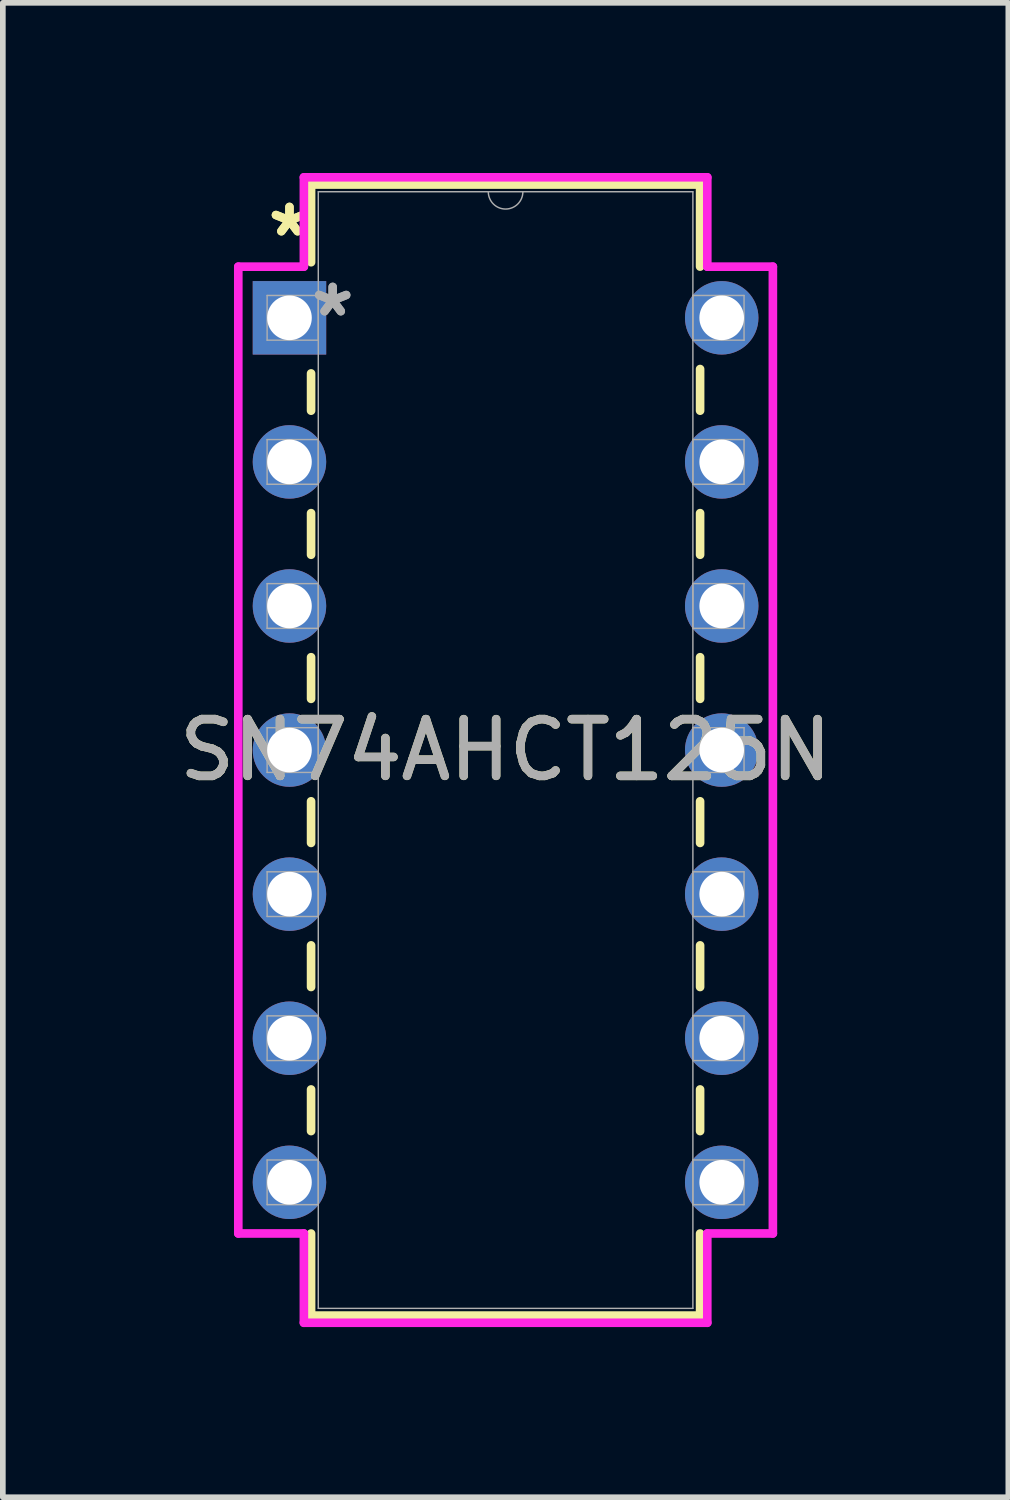
<source format=kicad_pcb>
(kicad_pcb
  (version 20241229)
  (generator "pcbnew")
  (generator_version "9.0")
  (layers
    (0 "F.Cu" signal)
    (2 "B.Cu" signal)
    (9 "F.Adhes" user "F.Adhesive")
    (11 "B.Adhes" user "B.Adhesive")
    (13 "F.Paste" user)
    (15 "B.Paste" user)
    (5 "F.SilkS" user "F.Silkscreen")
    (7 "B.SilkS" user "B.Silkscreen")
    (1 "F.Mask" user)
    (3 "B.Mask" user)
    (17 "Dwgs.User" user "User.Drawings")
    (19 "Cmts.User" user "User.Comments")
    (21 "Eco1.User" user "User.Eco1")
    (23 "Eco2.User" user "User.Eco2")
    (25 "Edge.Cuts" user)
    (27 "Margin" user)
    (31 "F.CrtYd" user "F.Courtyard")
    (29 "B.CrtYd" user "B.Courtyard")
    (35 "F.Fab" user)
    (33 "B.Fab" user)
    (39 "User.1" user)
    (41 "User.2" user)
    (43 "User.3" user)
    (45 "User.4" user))
  (footprint "SN74AHCT125N"
    (layer "F.Cu")
    (at 2.053 2.553)
    (property "Reference" "SN74AHCT125N" (at 3.81 7.62 0) (unlocked yes) (layer "F.SilkS") (effects (font (size 1 1) (thickness 0.15))))
    (attr through_hole)
    (fp_line (start 0.381 -2.349) (end 0.381 -0.98) (stroke (width 0.152) (type solid)) (layer "F.SilkS"))
    (fp_line (start 0.381 0.98) (end 0.381 1.637) (stroke (width 0.152) (type solid)) (layer "F.SilkS"))
    (fp_line (start 0.381 3.443) (end 0.381 4.177) (stroke (width 0.152) (type solid)) (layer "F.SilkS"))
    (fp_line (start 0.381 5.983) (end 0.381 6.717) (stroke (width 0.152) (type solid)) (layer "F.SilkS"))
    (fp_line (start 0.381 8.523) (end 0.381 9.257) (stroke (width 0.152) (type solid)) (layer "F.SilkS"))
    (fp_line (start 0.381 11.063) (end 0.381 11.797) (stroke (width 0.152) (type solid)) (layer "F.SilkS"))
    (fp_line (start 0.381 13.603) (end 0.381 14.337) (stroke (width 0.152) (type solid)) (layer "F.SilkS"))
    (fp_line (start 0.381 16.143) (end 0.381 17.59) (stroke (width 0.152) (type solid)) (layer "F.SilkS"))
    (fp_line (start 0.381 17.59) (end 7.239 17.59) (stroke (width 0.152) (type solid)) (layer "F.SilkS"))
    (fp_line (start 7.239 -2.349) (end 0.381 -2.349) (stroke (width 0.152) (type solid)) (layer "F.SilkS"))
    (fp_line (start 7.239 -0.903) (end 7.239 -2.349) (stroke (width 0.152) (type solid)) (layer "F.SilkS"))
    (fp_line (start 7.239 1.637) (end 7.239 0.903) (stroke (width 0.152) (type solid)) (layer "F.SilkS"))
    (fp_line (start 7.239 4.177) (end 7.239 3.443) (stroke (width 0.152) (type solid)) (layer "F.SilkS"))
    (fp_line (start 7.239 6.717) (end 7.239 5.983) (stroke (width 0.152) (type solid)) (layer "F.SilkS"))
    (fp_line (start 7.239 9.257) (end 7.239 8.523) (stroke (width 0.152) (type solid)) (layer "F.SilkS"))
    (fp_line (start 7.239 11.797) (end 7.239 11.063) (stroke (width 0.152) (type solid)) (layer "F.SilkS"))
    (fp_line (start 7.239 14.337) (end 7.239 13.603) (stroke (width 0.152) (type solid)) (layer "F.SilkS"))
    (fp_line (start 7.239 17.59) (end 7.239 16.143) (stroke (width 0.152) (type solid)) (layer "F.SilkS"))
    (fp_line (start -0.902 -0.902) (end 0.254 -0.902) (stroke (width 0.152) (type solid)) (layer "F.CrtYd"))
    (fp_line (start -0.902 16.142) (end -0.902 -0.902) (stroke (width 0.152) (type solid)) (layer "F.CrtYd"))
    (fp_line (start 0.254 -2.477) (end 7.366 -2.477) (stroke (width 0.152) (type solid)) (layer "F.CrtYd"))
    (fp_line (start 0.254 -0.902) (end 0.254 -2.477) (stroke (width 0.152) (type solid)) (layer "F.CrtYd"))
    (fp_line (start 0.254 16.142) (end -0.902 16.142) (stroke (width 0.152) (type solid)) (layer "F.CrtYd"))
    (fp_line (start 0.254 17.716) (end 0.254 16.142) (stroke (width 0.152) (type solid)) (layer "F.CrtYd"))
    (fp_line (start 7.366 -2.477) (end 7.366 -0.902) (stroke (width 0.152) (type solid)) (layer "F.CrtYd"))
    (fp_line (start 7.366 16.142) (end 7.366 17.716) (stroke (width 0.152) (type solid)) (layer "F.CrtYd"))
    (fp_line (start 7.366 17.716) (end 0.254 17.716) (stroke (width 0.152) (type solid)) (layer "F.CrtYd"))
    (fp_line (start 8.522 -0.902) (end 7.366 -0.902) (stroke (width 0.152) (type solid)) (layer "F.CrtYd"))
    (fp_line (start 8.522 -0.902) (end 8.522 16.142) (stroke (width 0.152) (type solid)) (layer "F.CrtYd"))
    (fp_line (start 8.522 16.142) (end 7.366 16.142) (stroke (width 0.152) (type solid)) (layer "F.CrtYd"))
    (fp_line (start -0.394 -0.394) (end -0.394 0.394) (stroke (width 0.025) (type solid)) (layer "F.Fab"))
    (fp_line (start -0.394 0.394) (end 0.508 0.394) (stroke (width 0.025) (type solid)) (layer "F.Fab"))
    (fp_line (start -0.394 2.146) (end -0.394 2.934) (stroke (width 0.025) (type solid)) (layer "F.Fab"))
    (fp_line (start -0.394 2.934) (end 0.508 2.934) (stroke (width 0.025) (type solid)) (layer "F.Fab"))
    (fp_line (start -0.394 4.686) (end -0.394 5.474) (stroke (width 0.025) (type solid)) (layer "F.Fab"))
    (fp_line (start -0.394 5.474) (end 0.508 5.474) (stroke (width 0.025) (type solid)) (layer "F.Fab"))
    (fp_line (start -0.394 7.226) (end -0.394 8.014) (stroke (width 0.025) (type solid)) (layer "F.Fab"))
    (fp_line (start -0.394 8.014) (end 0.508 8.014) (stroke (width 0.025) (type solid)) (layer "F.Fab"))
    (fp_line (start -0.394 9.766) (end -0.394 10.554) (stroke (width 0.025) (type solid)) (layer "F.Fab"))
    (fp_line (start -0.394 10.554) (end 0.508 10.554) (stroke (width 0.025) (type solid)) (layer "F.Fab"))
    (fp_line (start -0.394 12.306) (end -0.394 13.094) (stroke (width 0.025) (type solid)) (layer "F.Fab"))
    (fp_line (start -0.394 13.094) (end 0.508 13.094) (stroke (width 0.025) (type solid)) (layer "F.Fab"))
    (fp_line (start -0.394 14.846) (end -0.394 15.634) (stroke (width 0.025) (type solid)) (layer "F.Fab"))
    (fp_line (start -0.394 15.634) (end 0.508 15.634) (stroke (width 0.025) (type solid)) (layer "F.Fab"))
    (fp_line (start 0.508 -2.223) (end 0.508 17.462) (stroke (width 0.025) (type solid)) (layer "F.Fab"))
    (fp_line (start 0.508 -0.394) (end -0.394 -0.394) (stroke (width 0.025) (type solid)) (layer "F.Fab"))
    (fp_line (start 0.508 0.394) (end 0.508 -0.394) (stroke (width 0.025) (type solid)) (layer "F.Fab"))
    (fp_line (start 0.508 2.146) (end -0.394 2.146) (stroke (width 0.025) (type solid)) (layer "F.Fab"))
    (fp_line (start 0.508 2.934) (end 0.508 2.146) (stroke (width 0.025) (type solid)) (layer "F.Fab"))
    (fp_line (start 0.508 4.686) (end -0.394 4.686) (stroke (width 0.025) (type solid)) (layer "F.Fab"))
    (fp_line (start 0.508 5.474) (end 0.508 4.686) (stroke (width 0.025) (type solid)) (layer "F.Fab"))
    (fp_line (start 0.508 7.226) (end -0.394 7.226) (stroke (width 0.025) (type solid)) (layer "F.Fab"))
    (fp_line (start 0.508 8.014) (end 0.508 7.226) (stroke (width 0.025) (type solid)) (layer "F.Fab"))
    (fp_line (start 0.508 9.766) (end -0.394 9.766) (stroke (width 0.025) (type solid)) (layer "F.Fab"))
    (fp_line (start 0.508 10.554) (end 0.508 9.766) (stroke (width 0.025) (type solid)) (layer "F.Fab"))
    (fp_line (start 0.508 12.306) (end -0.394 12.306) (stroke (width 0.025) (type solid)) (layer "F.Fab"))
    (fp_line (start 0.508 13.094) (end 0.508 12.306) (stroke (width 0.025) (type solid)) (layer "F.Fab"))
    (fp_line (start 0.508 14.846) (end -0.394 14.846) (stroke (width 0.025) (type solid)) (layer "F.Fab"))
    (fp_line (start 0.508 15.634) (end 0.508 14.846) (stroke (width 0.025) (type solid)) (layer "F.Fab"))
    (fp_line (start 0.508 17.462) (end 7.112 17.462) (stroke (width 0.025) (type solid)) (layer "F.Fab"))
    (fp_line (start 7.112 -2.223) (end 0.508 -2.223) (stroke (width 0.025) (type solid)) (layer "F.Fab"))
    (fp_line (start 7.112 -0.394) (end 7.112 0.394) (stroke (width 0.025) (type solid)) (layer "F.Fab"))
    (fp_line (start 7.112 0.394) (end 8.014 0.394) (stroke (width 0.025) (type solid)) (layer "F.Fab"))
    (fp_line (start 7.112 2.146) (end 7.112 2.934) (stroke (width 0.025) (type solid)) (layer "F.Fab"))
    (fp_line (start 7.112 2.934) (end 8.014 2.934) (stroke (width 0.025) (type solid)) (layer "F.Fab"))
    (fp_line (start 7.112 4.686) (end 7.112 5.474) (stroke (width 0.025) (type solid)) (layer "F.Fab"))
    (fp_line (start 7.112 5.474) (end 8.014 5.474) (stroke (width 0.025) (type solid)) (layer "F.Fab"))
    (fp_line (start 7.112 7.226) (end 7.112 8.014) (stroke (width 0.025) (type solid)) (layer "F.Fab"))
    (fp_line (start 7.112 8.014) (end 8.014 8.014) (stroke (width 0.025) (type solid)) (layer "F.Fab"))
    (fp_line (start 7.112 9.766) (end 7.112 10.554) (stroke (width 0.025) (type solid)) (layer "F.Fab"))
    (fp_line (start 7.112 10.554) (end 8.014 10.554) (stroke (width 0.025) (type solid)) (layer "F.Fab"))
    (fp_line (start 7.112 12.306) (end 7.112 13.094) (stroke (width 0.025) (type solid)) (layer "F.Fab"))
    (fp_line (start 7.112 13.094) (end 8.014 13.094) (stroke (width 0.025) (type solid)) (layer "F.Fab"))
    (fp_line (start 7.112 14.846) (end 7.112 15.634) (stroke (width 0.025) (type solid)) (layer "F.Fab"))
    (fp_line (start 7.112 15.634) (end 8.014 15.634) (stroke (width 0.025) (type solid)) (layer "F.Fab"))
    (fp_line (start 7.112 17.462) (end 7.112 -2.223) (stroke (width 0.025) (type solid)) (layer "F.Fab"))
    (fp_line (start 8.014 -0.394) (end 7.112 -0.394) (stroke (width 0.025) (type solid)) (layer "F.Fab"))
    (fp_line (start 8.014 0.394) (end 8.014 -0.394) (stroke (width 0.025) (type solid)) (layer "F.Fab"))
    (fp_line (start 8.014 2.146) (end 7.112 2.146) (stroke (width 0.025) (type solid)) (layer "F.Fab"))
    (fp_line (start 8.014 2.934) (end 8.014 2.146) (stroke (width 0.025) (type solid)) (layer "F.Fab"))
    (fp_line (start 8.014 4.686) (end 7.112 4.686) (stroke (width 0.025) (type solid)) (layer "F.Fab"))
    (fp_line (start 8.014 5.474) (end 8.014 4.686) (stroke (width 0.025) (type solid)) (layer "F.Fab"))
    (fp_line (start 8.014 7.226) (end 7.112 7.226) (stroke (width 0.025) (type solid)) (layer "F.Fab"))
    (fp_line (start 8.014 8.014) (end 8.014 7.226) (stroke (width 0.025) (type solid)) (layer "F.Fab"))
    (fp_line (start 8.014 9.766) (end 7.112 9.766) (stroke (width 0.025) (type solid)) (layer "F.Fab"))
    (fp_line (start 8.014 10.554) (end 8.014 9.766) (stroke (width 0.025) (type solid)) (layer "F.Fab"))
    (fp_line (start 8.014 12.306) (end 7.112 12.306) (stroke (width 0.025) (type solid)) (layer "F.Fab"))
    (fp_line (start 8.014 13.094) (end 8.014 12.306) (stroke (width 0.025) (type solid)) (layer "F.Fab"))
    (fp_line (start 8.014 14.846) (end 7.112 14.846) (stroke (width 0.025) (type solid)) (layer "F.Fab"))
    (fp_line (start 8.014 15.634) (end 8.014 14.846) (stroke (width 0.025) (type solid)) (layer "F.Fab"))
    (fp_arc (start 4.1148 -2.2225) (mid 3.81 -1.9177) (end 3.5052 -2.2225) (stroke (width 0.0254) (type solid)) (layer "F.Fab"))
    (fp_text user "*" (at 0 -1.41 0) (layer "F.SilkS") (effects (font (size 1 1) (thickness 0.15))))
    (fp_text user "*" (at 0 -1.41 0) (unlocked yes) (layer "F.SilkS") (effects (font (size 1 1) (thickness 0.15))))
    (fp_text user "*" (at 0.762 0 0) (layer "F.Fab") (effects (font (size 1 1) (thickness 0.15))))
    (fp_text user "${REFERENCE}" (at 3.81 7.62 0) (unlocked yes) (layer "F.Fab") (effects (font (size 1 1) (thickness 0.15))))
    (fp_text user "*" (at 0.762 0 0) (unlocked yes) (layer "F.Fab") (effects (font (size 1 1) (thickness 0.15))))
    (pad "1" thru_hole rect (at 0 0) (size 1.295 1.295) (drill 0.787) (layers "*.Cu" "*.Mask"))
    (pad "2" thru_hole circle (at 0 2.54) (size 1.295 1.295) (drill 0.787) (layers "*.Cu" "*.Mask"))
    (pad "3" thru_hole circle (at 0 5.08) (size 1.295 1.295) (drill 0.787) (layers "*.Cu" "*.Mask"))
    (pad "4" thru_hole circle (at 0 7.62) (size 1.295 1.295) (drill 0.787) (layers "*.Cu" "*.Mask"))
    (pad "5" thru_hole circle (at 0 10.16) (size 1.295 1.295) (drill 0.787) (layers "*.Cu" "*.Mask"))
    (pad "6" thru_hole circle (at 0 12.7) (size 1.295 1.295) (drill 0.787) (layers "*.Cu" "*.Mask"))
    (pad "7" thru_hole circle (at 0 15.24) (size 1.295 1.295) (drill 0.787) (layers "*.Cu" "*.Mask"))
    (pad "8" thru_hole circle (at 7.62 15.24) (size 1.295 1.295) (drill 0.787) (layers "*.Cu" "*.Mask"))
    (pad "9" thru_hole circle (at 7.62 12.7) (size 1.295 1.295) (drill 0.787) (layers "*.Cu" "*.Mask"))
    (pad "10" thru_hole circle (at 7.62 10.16) (size 1.295 1.295) (drill 0.787) (layers "*.Cu" "*.Mask"))
    (pad "11" thru_hole circle (at 7.62 7.62) (size 1.295 1.295) (drill 0.787) (layers "*.Cu" "*.Mask"))
    (pad "12" thru_hole circle (at 7.62 5.08) (size 1.295 1.295) (drill 0.787) (layers "*.Cu" "*.Mask"))
    (pad "13" thru_hole circle (at 7.62 2.54) (size 1.295 1.295) (drill 0.787) (layers "*.Cu" "*.Mask"))
    (pad "14" thru_hole circle (at 7.62 0) (size 1.295 1.295) (drill 0.787) (layers "*.Cu" "*.Mask")))
  (gr_rect
    (start -3 -3)
    (end 14.726 23.345)
    (stroke (width 0.1) (type default))
    (fill no)
    (layer "Edge.Cuts")))
</source>
